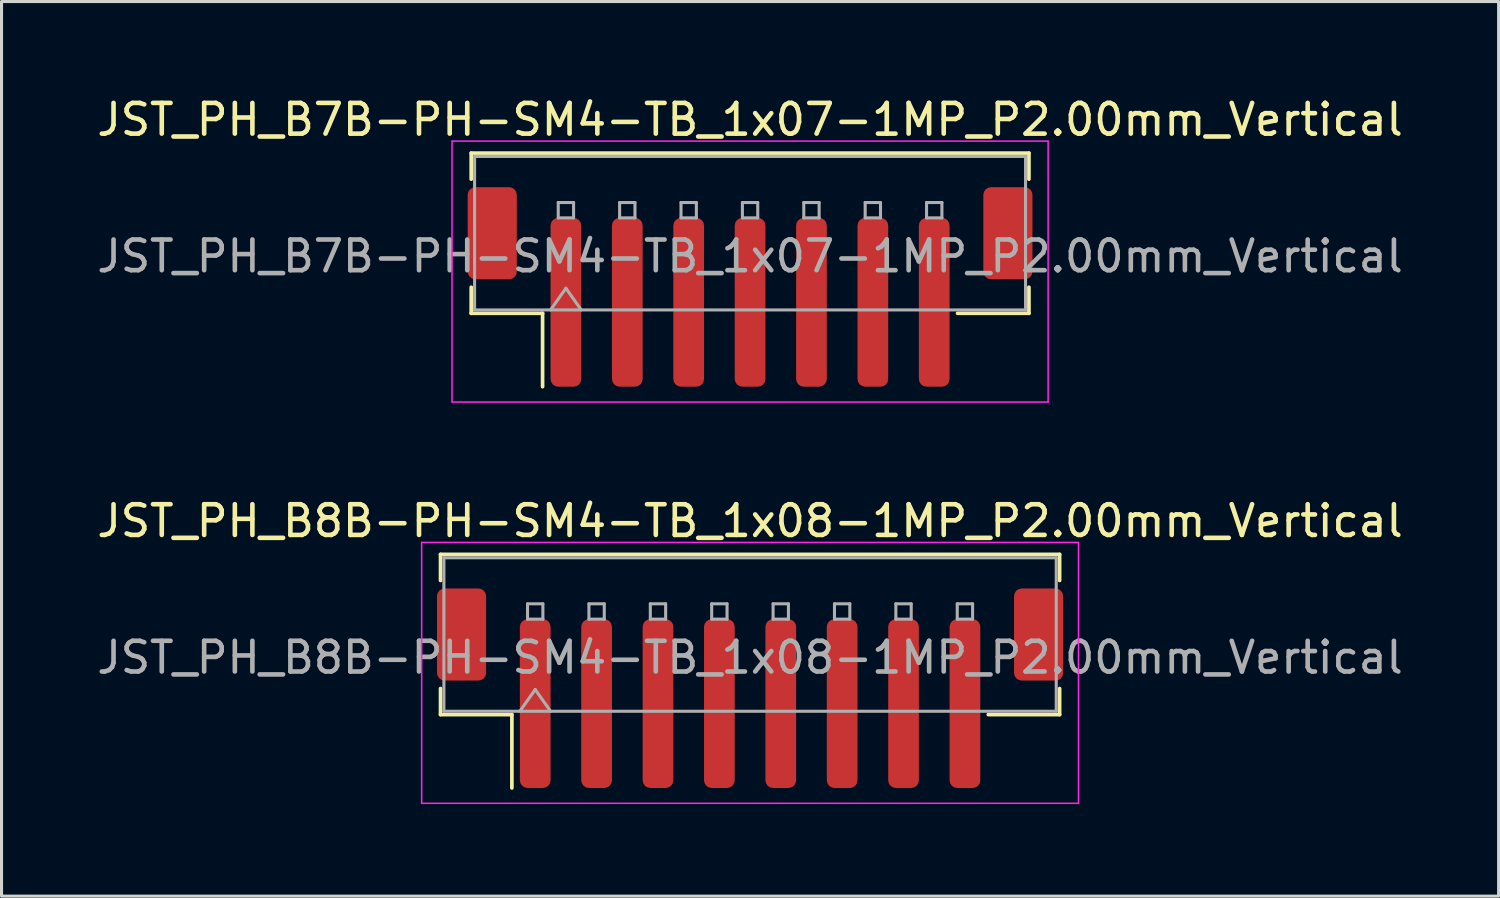
<source format=kicad_pcb>
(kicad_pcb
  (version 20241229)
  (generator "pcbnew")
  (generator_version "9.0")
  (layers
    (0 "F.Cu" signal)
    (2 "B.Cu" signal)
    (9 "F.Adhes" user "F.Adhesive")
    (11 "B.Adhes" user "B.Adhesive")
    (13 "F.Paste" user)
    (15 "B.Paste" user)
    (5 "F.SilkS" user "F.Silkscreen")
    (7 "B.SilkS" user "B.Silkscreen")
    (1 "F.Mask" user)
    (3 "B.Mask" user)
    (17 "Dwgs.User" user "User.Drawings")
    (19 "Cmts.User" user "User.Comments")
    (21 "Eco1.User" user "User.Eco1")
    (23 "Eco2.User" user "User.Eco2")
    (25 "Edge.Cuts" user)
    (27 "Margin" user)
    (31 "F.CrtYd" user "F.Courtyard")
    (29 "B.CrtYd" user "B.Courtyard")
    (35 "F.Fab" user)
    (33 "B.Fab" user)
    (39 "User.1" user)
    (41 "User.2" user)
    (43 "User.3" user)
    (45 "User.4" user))
  (footprint "JST_PH_B7B-PH-SM4-TB_1x07-1MP_P2.00mm_Vertical"
    (layer "F.Cu")
    (at 21.387 6.298)
    (property "Reference" "JST_PH_B7B-PH-SM4-TB_1x07-1MP_P2.00mm_Vertical" (at 0 -5.45 0) (layer "F.SilkS") (effects (font (size 1 1) (thickness 0.15))))
    (attr smd)
    (fp_line (start -9.085 -4.36) (end 9.085 -4.36) (stroke (width 0.12) (type solid)) (layer "F.SilkS"))
    (fp_line (start -9.085 -3.51) (end -9.085 -4.36) (stroke (width 0.12) (type solid)) (layer "F.SilkS"))
    (fp_line (start -9.085 0.01) (end -9.085 0.86) (stroke (width 0.12) (type solid)) (layer "F.SilkS"))
    (fp_line (start -9.085 0.86) (end -6.76 0.86) (stroke (width 0.12) (type solid)) (layer "F.SilkS"))
    (fp_line (start -6.76 0.86) (end -6.76 3.25) (stroke (width 0.12) (type solid)) (layer "F.SilkS"))
    (fp_line (start 9.085 -4.36) (end 9.085 -3.51) (stroke (width 0.12) (type solid)) (layer "F.SilkS"))
    (fp_line (start 9.085 0.01) (end 9.085 0.86) (stroke (width 0.12) (type solid)) (layer "F.SilkS"))
    (fp_line (start 9.085 0.86) (end 6.76 0.86) (stroke (width 0.12) (type solid)) (layer "F.SilkS"))
    (fp_line (start -9.71 -4.75) (end -9.71 3.75) (stroke (width 0.05) (type solid)) (layer "F.CrtYd"))
    (fp_line (start -9.71 3.75) (end 9.71 3.75) (stroke (width 0.05) (type solid)) (layer "F.CrtYd"))
    (fp_line (start 9.71 -4.75) (end -9.71 -4.75) (stroke (width 0.05) (type solid)) (layer "F.CrtYd"))
    (fp_line (start 9.71 3.75) (end 9.71 -4.75) (stroke (width 0.05) (type solid)) (layer "F.CrtYd"))
    (fp_line (start -8.975 -4.25) (end 8.975 -4.25) (stroke (width 0.1) (type solid)) (layer "F.Fab"))
    (fp_line (start -8.975 0.75) (end -8.975 -4.25) (stroke (width 0.1) (type solid)) (layer "F.Fab"))
    (fp_line (start -8.975 0.75) (end 8.975 0.75) (stroke (width 0.1) (type solid)) (layer "F.Fab"))
    (fp_line (start -6.5 0.75) (end -6 0.043) (stroke (width 0.1) (type solid)) (layer "F.Fab"))
    (fp_line (start -6.25 -2.75) (end -6.25 -2.25) (stroke (width 0.1) (type solid)) (layer "F.Fab"))
    (fp_line (start -6.25 -2.25) (end -5.75 -2.25) (stroke (width 0.1) (type solid)) (layer "F.Fab"))
    (fp_line (start -6 0.043) (end -5.5 0.75) (stroke (width 0.1) (type solid)) (layer "F.Fab"))
    (fp_line (start -5.75 -2.75) (end -6.25 -2.75) (stroke (width 0.1) (type solid)) (layer "F.Fab"))
    (fp_line (start -5.75 -2.25) (end -5.75 -2.75) (stroke (width 0.1) (type solid)) (layer "F.Fab"))
    (fp_line (start -4.25 -2.75) (end -4.25 -2.25) (stroke (width 0.1) (type solid)) (layer "F.Fab"))
    (fp_line (start -4.25 -2.25) (end -3.75 -2.25) (stroke (width 0.1) (type solid)) (layer "F.Fab"))
    (fp_line (start -3.75 -2.75) (end -4.25 -2.75) (stroke (width 0.1) (type solid)) (layer "F.Fab"))
    (fp_line (start -3.75 -2.25) (end -3.75 -2.75) (stroke (width 0.1) (type solid)) (layer "F.Fab"))
    (fp_line (start -2.25 -2.75) (end -2.25 -2.25) (stroke (width 0.1) (type solid)) (layer "F.Fab"))
    (fp_line (start -2.25 -2.25) (end -1.75 -2.25) (stroke (width 0.1) (type solid)) (layer "F.Fab"))
    (fp_line (start -1.75 -2.75) (end -2.25 -2.75) (stroke (width 0.1) (type solid)) (layer "F.Fab"))
    (fp_line (start -1.75 -2.25) (end -1.75 -2.75) (stroke (width 0.1) (type solid)) (layer "F.Fab"))
    (fp_line (start -0.25 -2.75) (end -0.25 -2.25) (stroke (width 0.1) (type solid)) (layer "F.Fab"))
    (fp_line (start -0.25 -2.25) (end 0.25 -2.25) (stroke (width 0.1) (type solid)) (layer "F.Fab"))
    (fp_line (start 0.25 -2.75) (end -0.25 -2.75) (stroke (width 0.1) (type solid)) (layer "F.Fab"))
    (fp_line (start 0.25 -2.25) (end 0.25 -2.75) (stroke (width 0.1) (type solid)) (layer "F.Fab"))
    (fp_line (start 1.75 -2.75) (end 1.75 -2.25) (stroke (width 0.1) (type solid)) (layer "F.Fab"))
    (fp_line (start 1.75 -2.25) (end 2.25 -2.25) (stroke (width 0.1) (type solid)) (layer "F.Fab"))
    (fp_line (start 2.25 -2.75) (end 1.75 -2.75) (stroke (width 0.1) (type solid)) (layer "F.Fab"))
    (fp_line (start 2.25 -2.25) (end 2.25 -2.75) (stroke (width 0.1) (type solid)) (layer "F.Fab"))
    (fp_line (start 3.75 -2.75) (end 3.75 -2.25) (stroke (width 0.1) (type solid)) (layer "F.Fab"))
    (fp_line (start 3.75 -2.25) (end 4.25 -2.25) (stroke (width 0.1) (type solid)) (layer "F.Fab"))
    (fp_line (start 4.25 -2.75) (end 3.75 -2.75) (stroke (width 0.1) (type solid)) (layer "F.Fab"))
    (fp_line (start 4.25 -2.25) (end 4.25 -2.75) (stroke (width 0.1) (type solid)) (layer "F.Fab"))
    (fp_line (start 5.75 -2.75) (end 5.75 -2.25) (stroke (width 0.1) (type solid)) (layer "F.Fab"))
    (fp_line (start 5.75 -2.25) (end 6.25 -2.25) (stroke (width 0.1) (type solid)) (layer "F.Fab"))
    (fp_line (start 6.25 -2.75) (end 5.75 -2.75) (stroke (width 0.1) (type solid)) (layer "F.Fab"))
    (fp_line (start 6.25 -2.25) (end 6.25 -2.75) (stroke (width 0.1) (type solid)) (layer "F.Fab"))
    (fp_line (start 8.975 0.75) (end 8.975 -4.25) (stroke (width 0.1) (type solid)) (layer "F.Fab"))
    (fp_text user "${REFERENCE}" (at 0 -1 0) (layer "F.Fab") (effects (font (size 1 1) (thickness 0.15))))
    (pad "1" smd roundrect (at -6 0.5) (size 1 5.5) (layers "F.Cu" "F.Mask" "F.Paste") (roundrect_rratio 0.25))
    (pad "2" smd roundrect (at -4 0.5) (size 1 5.5) (layers "F.Cu" "F.Mask" "F.Paste") (roundrect_rratio 0.25))
    (pad "3" smd roundrect (at -2 0.5) (size 1 5.5) (layers "F.Cu" "F.Mask" "F.Paste") (roundrect_rratio 0.25))
    (pad "4" smd roundrect (at 0 0.5) (size 1 5.5) (layers "F.Cu" "F.Mask" "F.Paste") (roundrect_rratio 0.25))
    (pad "5" smd roundrect (at 2 0.5) (size 1 5.5) (layers "F.Cu" "F.Mask" "F.Paste") (roundrect_rratio 0.25))
    (pad "6" smd roundrect (at 4 0.5) (size 1 5.5) (layers "F.Cu" "F.Mask" "F.Paste") (roundrect_rratio 0.25))
    (pad "7" smd roundrect (at 6 0.5) (size 1 5.5) (layers "F.Cu" "F.Mask" "F.Paste") (roundrect_rratio 0.25))
    (pad "MP" smd roundrect (at -8.4 -1.75) (size 1.6 3) (layers "F.Cu" "F.Mask" "F.Paste") (roundrect_rratio 0.156))
    (pad "MP" smd roundrect (at 8.4 -1.75) (size 1.6 3) (layers "F.Cu" "F.Mask" "F.Paste") (roundrect_rratio 0.156)))
  (footprint "JST_PH_B8B-PH-SM4-TB_1x08-1MP_P2.00mm_Vertical"
    (layer "F.Cu")
    (at 21.387 19.372)
    (property "Reference" "JST_PH_B8B-PH-SM4-TB_1x08-1MP_P2.00mm_Vertical" (at 0 -5.45 0) (layer "F.SilkS") (effects (font (size 1 1) (thickness 0.15))))
    (attr smd)
    (fp_line (start -10.085 -4.36) (end 10.085 -4.36) (stroke (width 0.12) (type solid)) (layer "F.SilkS"))
    (fp_line (start -10.085 -3.51) (end -10.085 -4.36) (stroke (width 0.12) (type solid)) (layer "F.SilkS"))
    (fp_line (start -10.085 0.01) (end -10.085 0.86) (stroke (width 0.12) (type solid)) (layer "F.SilkS"))
    (fp_line (start -10.085 0.86) (end -7.76 0.86) (stroke (width 0.12) (type solid)) (layer "F.SilkS"))
    (fp_line (start -7.76 0.86) (end -7.76 3.25) (stroke (width 0.12) (type solid)) (layer "F.SilkS"))
    (fp_line (start 10.085 -4.36) (end 10.085 -3.51) (stroke (width 0.12) (type solid)) (layer "F.SilkS"))
    (fp_line (start 10.085 0.01) (end 10.085 0.86) (stroke (width 0.12) (type solid)) (layer "F.SilkS"))
    (fp_line (start 10.085 0.86) (end 7.76 0.86) (stroke (width 0.12) (type solid)) (layer "F.SilkS"))
    (fp_line (start -10.7 -4.75) (end -10.7 3.75) (stroke (width 0.05) (type solid)) (layer "F.CrtYd"))
    (fp_line (start -10.7 3.75) (end 10.7 3.75) (stroke (width 0.05) (type solid)) (layer "F.CrtYd"))
    (fp_line (start 10.7 -4.75) (end -10.7 -4.75) (stroke (width 0.05) (type solid)) (layer "F.CrtYd"))
    (fp_line (start 10.7 3.75) (end 10.7 -4.75) (stroke (width 0.05) (type solid)) (layer "F.CrtYd"))
    (fp_line (start -9.975 -4.25) (end 9.975 -4.25) (stroke (width 0.1) (type solid)) (layer "F.Fab"))
    (fp_line (start -9.975 0.75) (end -9.975 -4.25) (stroke (width 0.1) (type solid)) (layer "F.Fab"))
    (fp_line (start -9.975 0.75) (end 9.975 0.75) (stroke (width 0.1) (type solid)) (layer "F.Fab"))
    (fp_line (start -7.5 0.75) (end -7 0.043) (stroke (width 0.1) (type solid)) (layer "F.Fab"))
    (fp_line (start -7.25 -2.75) (end -7.25 -2.25) (stroke (width 0.1) (type solid)) (layer "F.Fab"))
    (fp_line (start -7.25 -2.25) (end -6.75 -2.25) (stroke (width 0.1) (type solid)) (layer "F.Fab"))
    (fp_line (start -7 0.043) (end -6.5 0.75) (stroke (width 0.1) (type solid)) (layer "F.Fab"))
    (fp_line (start -6.75 -2.75) (end -7.25 -2.75) (stroke (width 0.1) (type solid)) (layer "F.Fab"))
    (fp_line (start -6.75 -2.25) (end -6.75 -2.75) (stroke (width 0.1) (type solid)) (layer "F.Fab"))
    (fp_line (start -5.25 -2.75) (end -5.25 -2.25) (stroke (width 0.1) (type solid)) (layer "F.Fab"))
    (fp_line (start -5.25 -2.25) (end -4.75 -2.25) (stroke (width 0.1) (type solid)) (layer "F.Fab"))
    (fp_line (start -4.75 -2.75) (end -5.25 -2.75) (stroke (width 0.1) (type solid)) (layer "F.Fab"))
    (fp_line (start -4.75 -2.25) (end -4.75 -2.75) (stroke (width 0.1) (type solid)) (layer "F.Fab"))
    (fp_line (start -3.25 -2.75) (end -3.25 -2.25) (stroke (width 0.1) (type solid)) (layer "F.Fab"))
    (fp_line (start -3.25 -2.25) (end -2.75 -2.25) (stroke (width 0.1) (type solid)) (layer "F.Fab"))
    (fp_line (start -2.75 -2.75) (end -3.25 -2.75) (stroke (width 0.1) (type solid)) (layer "F.Fab"))
    (fp_line (start -2.75 -2.25) (end -2.75 -2.75) (stroke (width 0.1) (type solid)) (layer "F.Fab"))
    (fp_line (start -1.25 -2.75) (end -1.25 -2.25) (stroke (width 0.1) (type solid)) (layer "F.Fab"))
    (fp_line (start -1.25 -2.25) (end -0.75 -2.25) (stroke (width 0.1) (type solid)) (layer "F.Fab"))
    (fp_line (start -0.75 -2.75) (end -1.25 -2.75) (stroke (width 0.1) (type solid)) (layer "F.Fab"))
    (fp_line (start -0.75 -2.25) (end -0.75 -2.75) (stroke (width 0.1) (type solid)) (layer "F.Fab"))
    (fp_line (start 0.75 -2.75) (end 0.75 -2.25) (stroke (width 0.1) (type solid)) (layer "F.Fab"))
    (fp_line (start 0.75 -2.25) (end 1.25 -2.25) (stroke (width 0.1) (type solid)) (layer "F.Fab"))
    (fp_line (start 1.25 -2.75) (end 0.75 -2.75) (stroke (width 0.1) (type solid)) (layer "F.Fab"))
    (fp_line (start 1.25 -2.25) (end 1.25 -2.75) (stroke (width 0.1) (type solid)) (layer "F.Fab"))
    (fp_line (start 2.75 -2.75) (end 2.75 -2.25) (stroke (width 0.1) (type solid)) (layer "F.Fab"))
    (fp_line (start 2.75 -2.25) (end 3.25 -2.25) (stroke (width 0.1) (type solid)) (layer "F.Fab"))
    (fp_line (start 3.25 -2.75) (end 2.75 -2.75) (stroke (width 0.1) (type solid)) (layer "F.Fab"))
    (fp_line (start 3.25 -2.25) (end 3.25 -2.75) (stroke (width 0.1) (type solid)) (layer "F.Fab"))
    (fp_line (start 4.75 -2.75) (end 4.75 -2.25) (stroke (width 0.1) (type solid)) (layer "F.Fab"))
    (fp_line (start 4.75 -2.25) (end 5.25 -2.25) (stroke (width 0.1) (type solid)) (layer "F.Fab"))
    (fp_line (start 5.25 -2.75) (end 4.75 -2.75) (stroke (width 0.1) (type solid)) (layer "F.Fab"))
    (fp_line (start 5.25 -2.25) (end 5.25 -2.75) (stroke (width 0.1) (type solid)) (layer "F.Fab"))
    (fp_line (start 6.75 -2.75) (end 6.75 -2.25) (stroke (width 0.1) (type solid)) (layer "F.Fab"))
    (fp_line (start 6.75 -2.25) (end 7.25 -2.25) (stroke (width 0.1) (type solid)) (layer "F.Fab"))
    (fp_line (start 7.25 -2.75) (end 6.75 -2.75) (stroke (width 0.1) (type solid)) (layer "F.Fab"))
    (fp_line (start 7.25 -2.25) (end 7.25 -2.75) (stroke (width 0.1) (type solid)) (layer "F.Fab"))
    (fp_line (start 9.975 0.75) (end 9.975 -4.25) (stroke (width 0.1) (type solid)) (layer "F.Fab"))
    (fp_text user "${REFERENCE}" (at 0 -1 0) (layer "F.Fab") (effects (font (size 1 1) (thickness 0.15))))
    (pad "1" smd roundrect (at -7 0.5) (size 1 5.5) (layers "F.Cu" "F.Mask" "F.Paste") (roundrect_rratio 0.25))
    (pad "2" smd roundrect (at -5 0.5) (size 1 5.5) (layers "F.Cu" "F.Mask" "F.Paste") (roundrect_rratio 0.25))
    (pad "3" smd roundrect (at -3 0.5) (size 1 5.5) (layers "F.Cu" "F.Mask" "F.Paste") (roundrect_rratio 0.25))
    (pad "4" smd roundrect (at -1 0.5) (size 1 5.5) (layers "F.Cu" "F.Mask" "F.Paste") (roundrect_rratio 0.25))
    (pad "5" smd roundrect (at 1 0.5) (size 1 5.5) (layers "F.Cu" "F.Mask" "F.Paste") (roundrect_rratio 0.25))
    (pad "6" smd roundrect (at 3 0.5) (size 1 5.5) (layers "F.Cu" "F.Mask" "F.Paste") (roundrect_rratio 0.25))
    (pad "7" smd roundrect (at 5 0.5) (size 1 5.5) (layers "F.Cu" "F.Mask" "F.Paste") (roundrect_rratio 0.25))
    (pad "8" smd roundrect (at 7 0.5) (size 1 5.5) (layers "F.Cu" "F.Mask" "F.Paste") (roundrect_rratio 0.25))
    (pad "MP" smd roundrect (at -9.4 -1.75) (size 1.6 3) (layers "F.Cu" "F.Mask" "F.Paste") (roundrect_rratio 0.156))
    (pad "MP" smd roundrect (at 9.4 -1.75) (size 1.6 3) (layers "F.Cu" "F.Mask" "F.Paste") (roundrect_rratio 0.156)))
  (gr_rect
    (start -3 -3)
    (end 45.774 26.146)
    (stroke (width 0.1) (type default))
    (fill no)
    (layer "Edge.Cuts")))
</source>
